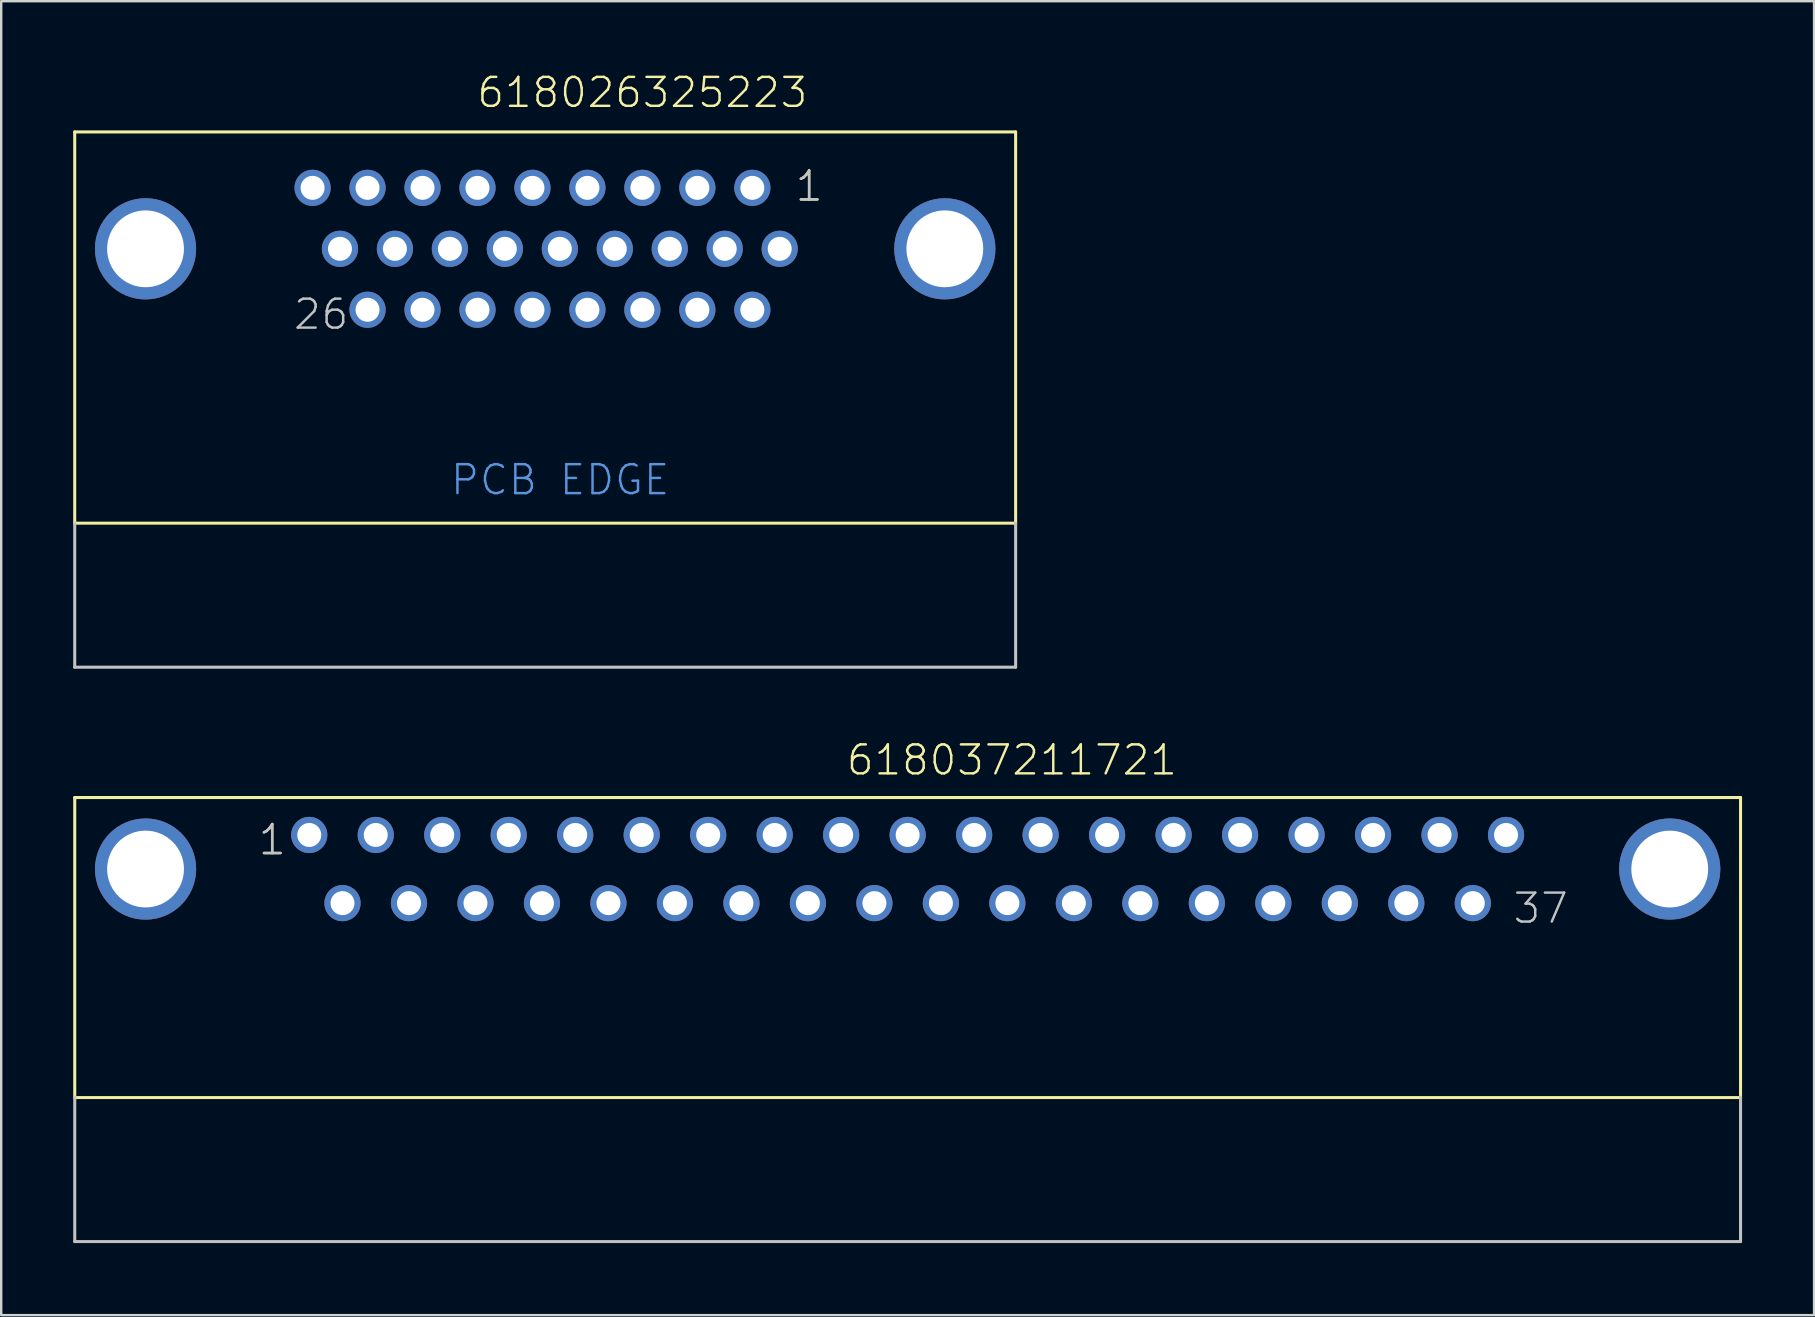
<source format=kicad_pcb>
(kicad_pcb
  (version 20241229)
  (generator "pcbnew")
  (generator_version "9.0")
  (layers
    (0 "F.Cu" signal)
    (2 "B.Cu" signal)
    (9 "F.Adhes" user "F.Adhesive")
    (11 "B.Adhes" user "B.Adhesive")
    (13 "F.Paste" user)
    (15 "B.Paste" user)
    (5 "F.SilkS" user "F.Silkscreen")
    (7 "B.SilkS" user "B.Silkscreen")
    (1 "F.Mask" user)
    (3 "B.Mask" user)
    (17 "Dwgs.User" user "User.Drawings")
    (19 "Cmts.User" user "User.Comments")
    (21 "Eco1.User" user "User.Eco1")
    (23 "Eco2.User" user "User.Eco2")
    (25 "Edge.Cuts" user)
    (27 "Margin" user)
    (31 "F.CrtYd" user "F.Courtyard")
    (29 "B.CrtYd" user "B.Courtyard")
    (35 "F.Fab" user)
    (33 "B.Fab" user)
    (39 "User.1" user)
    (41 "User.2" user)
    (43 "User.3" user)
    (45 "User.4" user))
  (footprint "618037211721"
    (layer "F.Cu")
    (at 34.764 33.156)
    (property "Reference" "618037211721" (at -2.615 -3.835 0) (layer "F.SilkS") (effects (font (size 1.206 1.206) (thickness 0.102)) (justify left bottom)))
    (attr through_hole)
    (fp_line (start -34.7 -2.98) (end 34.7 -2.98) (stroke (width 0.127) (type solid)) (layer "F.SilkS"))
    (fp_line (start -34.7 9.52) (end -34.7 -2.98) (stroke (width 0.127) (type solid)) (layer "F.SilkS"))
    (fp_line (start 34.7 -2.98) (end 34.7 9.52) (stroke (width 0.127) (type solid)) (layer "F.SilkS"))
    (fp_line (start 34.7 9.52) (end -34.7 9.52) (stroke (width 0.127) (type solid)) (layer "F.SilkS"))
    (fp_line (start -34.7 15.52) (end -34.7 9.5) (stroke (width 0.127) (type solid)) (layer "Dwgs.User"))
    (fp_line (start 34.7 9.5) (end 34.7 15.52) (stroke (width 0.127) (type solid)) (layer "Dwgs.User"))
    (fp_line (start 34.7 15.52) (end -34.7 15.52) (stroke (width 0.127) (type solid)) (layer "Dwgs.User"))
    (fp_text user "1" (at -27.115 -0.515 0) (layer "F.SilkS") (effects (font (size 1.206 1.206) (thickness 0.102)) (justify left bottom)))
    (fp_text user "1" (at -27.115 -0.515 0) (layer "Dwgs.User") (effects (font (size 1.206 1.206) (thickness 0.102)) (justify left bottom)))
    (fp_text user "37" (at 25.16 2.34 0) (layer "Dwgs.User") (effects (font (size 1.206 1.206) (thickness 0.102)) (justify left bottom)))
    (pad "1" thru_hole circle (at -24.93 -1.42) (size 1.508 1.508) (drill 1) (layers "*.Cu" "*.Mask"))
    (pad "2" thru_hole circle (at -22.16 -1.42) (size 1.508 1.508) (drill 1) (layers "*.Cu" "*.Mask"))
    (pad "3" thru_hole circle (at -19.39 -1.42) (size 1.508 1.508) (drill 1) (layers "*.Cu" "*.Mask"))
    (pad "4" thru_hole circle (at -16.62 -1.42) (size 1.508 1.508) (drill 1) (layers "*.Cu" "*.Mask"))
    (pad "5" thru_hole circle (at -13.85 -1.42) (size 1.508 1.508) (drill 1) (layers "*.Cu" "*.Mask"))
    (pad "6" thru_hole circle (at -11.08 -1.42) (size 1.508 1.508) (drill 1) (layers "*.Cu" "*.Mask"))
    (pad "7" thru_hole circle (at -8.31 -1.42) (size 1.508 1.508) (drill 1) (layers "*.Cu" "*.Mask"))
    (pad "8" thru_hole circle (at -5.54 -1.42) (size 1.508 1.508) (drill 1) (layers "*.Cu" "*.Mask"))
    (pad "9" thru_hole circle (at -2.77 -1.42) (size 1.508 1.508) (drill 1) (layers "*.Cu" "*.Mask"))
    (pad "10" thru_hole circle (at 0 -1.42) (size 1.508 1.508) (drill 1) (layers "*.Cu" "*.Mask"))
    (pad "11" thru_hole circle (at 2.77 -1.42) (size 1.508 1.508) (drill 1) (layers "*.Cu" "*.Mask"))
    (pad "12" thru_hole circle (at 5.54 -1.42) (size 1.508 1.508) (drill 1) (layers "*.Cu" "*.Mask"))
    (pad "13" thru_hole circle (at 8.31 -1.42) (size 1.508 1.508) (drill 1) (layers "*.Cu" "*.Mask"))
    (pad "14" thru_hole circle (at 11.08 -1.42) (size 1.508 1.508) (drill 1) (layers "*.Cu" "*.Mask"))
    (pad "15" thru_hole circle (at 13.85 -1.42) (size 1.508 1.508) (drill 1) (layers "*.Cu" "*.Mask"))
    (pad "16" thru_hole circle (at 16.62 -1.42) (size 1.508 1.508) (drill 1) (layers "*.Cu" "*.Mask"))
    (pad "17" thru_hole circle (at 19.39 -1.42) (size 1.508 1.508) (drill 1) (layers "*.Cu" "*.Mask"))
    (pad "18" thru_hole circle (at 22.16 -1.42) (size 1.508 1.508) (drill 1) (layers "*.Cu" "*.Mask"))
    (pad "19" thru_hole circle (at 24.93 -1.42) (size 1.508 1.508) (drill 1) (layers "*.Cu" "*.Mask"))
    (pad "20" thru_hole circle (at -23.545 1.42) (size 1.508 1.508) (drill 1) (layers "*.Cu" "*.Mask"))
    (pad "21" thru_hole circle (at -20.775 1.42) (size 1.508 1.508) (drill 1) (layers "*.Cu" "*.Mask"))
    (pad "22" thru_hole circle (at -18.005 1.42) (size 1.508 1.508) (drill 1) (layers "*.Cu" "*.Mask"))
    (pad "23" thru_hole circle (at -15.235 1.42) (size 1.508 1.508) (drill 1) (layers "*.Cu" "*.Mask"))
    (pad "24" thru_hole circle (at -12.465 1.42) (size 1.508 1.508) (drill 1) (layers "*.Cu" "*.Mask"))
    (pad "25" thru_hole circle (at -9.695 1.42) (size 1.508 1.508) (drill 1) (layers "*.Cu" "*.Mask"))
    (pad "26" thru_hole circle (at -6.925 1.42) (size 1.508 1.508) (drill 1) (layers "*.Cu" "*.Mask"))
    (pad "27" thru_hole circle (at -4.155 1.42) (size 1.508 1.508) (drill 1) (layers "*.Cu" "*.Mask"))
    (pad "28" thru_hole circle (at -1.385 1.42) (size 1.508 1.508) (drill 1) (layers "*.Cu" "*.Mask"))
    (pad "29" thru_hole circle (at 1.385 1.42) (size 1.508 1.508) (drill 1) (layers "*.Cu" "*.Mask"))
    (pad "30" thru_hole circle (at 4.155 1.42) (size 1.508 1.508) (drill 1) (layers "*.Cu" "*.Mask"))
    (pad "31" thru_hole circle (at 6.925 1.42) (size 1.508 1.508) (drill 1) (layers "*.Cu" "*.Mask"))
    (pad "32" thru_hole circle (at 9.695 1.42) (size 1.508 1.508) (drill 1) (layers "*.Cu" "*.Mask"))
    (pad "33" thru_hole circle (at 12.465 1.42) (size 1.508 1.508) (drill 1) (layers "*.Cu" "*.Mask"))
    (pad "34" thru_hole circle (at 15.235 1.42) (size 1.508 1.508) (drill 1) (layers "*.Cu" "*.Mask"))
    (pad "35" thru_hole circle (at 18.005 1.42) (size 1.508 1.508) (drill 1) (layers "*.Cu" "*.Mask"))
    (pad "36" thru_hole circle (at 20.775 1.42) (size 1.508 1.508) (drill 1) (layers "*.Cu" "*.Mask"))
    (pad "37" thru_hole circle (at 23.545 1.42) (size 1.508 1.508) (drill 1) (layers "*.Cu" "*.Mask"))
    (pad "SHEL" thru_hole circle (at -31.75 0) (size 4.216 4.216) (drill 3.2) (layers "*.Cu" "*.Mask"))
    (pad "SHEL" thru_hole circle (at 31.75 0) (size 4.216 4.216) (drill 3.2) (layers "*.Cu" "*.Mask")))
  (footprint "618026325223"
    (layer "F.Cu")
    (at 19.663 7.316)
    (property "Reference" "618026325223" (at -2.91 -5.805 0) (layer "F.SilkS") (effects (font (size 1.206 1.206) (thickness 0.102)) (justify left bottom)))
    (attr through_hole)
    (fp_line (start -19.6 -4.87) (end 19.6 -4.87) (stroke (width 0.127) (type solid)) (layer "F.SilkS"))
    (fp_line (start -19.6 11.43) (end -19.6 -4.87) (stroke (width 0.127) (type solid)) (layer "F.SilkS"))
    (fp_line (start 19.6 -4.87) (end 19.6 11.43) (stroke (width 0.127) (type solid)) (layer "F.SilkS"))
    (fp_line (start 19.6 11.43) (end -19.6 11.43) (stroke (width 0.127) (type solid)) (layer "F.SilkS"))
    (fp_line (start -19.6 17.43) (end -19.6 11.43) (stroke (width 0.127) (type solid)) (layer "Dwgs.User"))
    (fp_line (start 19.6 11.43) (end 19.6 17.43) (stroke (width 0.127) (type solid)) (layer "Dwgs.User"))
    (fp_line (start 19.6 17.43) (end -19.6 17.43) (stroke (width 0.127) (type solid)) (layer "Dwgs.User"))
    (fp_text user "1" (at 10.355 -1.905 0) (layer "F.SilkS") (effects (font (size 1.206 1.206) (thickness 0.102)) (justify left bottom)))
    (fp_text user "26" (at -10.55 3.435 0) (layer "Dwgs.User") (effects (font (size 1.206 1.206) (thickness 0.102)) (justify left bottom)))
    (fp_text user "1" (at 10.355 -1.905 0) (layer "Dwgs.User") (effects (font (size 1.206 1.206) (thickness 0.102)) (justify left bottom)))
    (fp_text user "PCB EDGE" (at -4.01 10.33 0) (layer "Cmts.User") (effects (font (size 1.206 1.206) (thickness 0.102)) (justify left bottom)))
    (pad "1" thru_hole circle (at 8.63 -2.54) (size 1.508 1.508) (drill 1) (layers "*.Cu" "*.Mask"))
    (pad "2" thru_hole circle (at 6.34 -2.54) (size 1.508 1.508) (drill 1) (layers "*.Cu" "*.Mask"))
    (pad "3" thru_hole circle (at 4.05 -2.54) (size 1.508 1.508) (drill 1) (layers "*.Cu" "*.Mask"))
    (pad "4" thru_hole circle (at 1.76 -2.54) (size 1.508 1.508) (drill 1) (layers "*.Cu" "*.Mask"))
    (pad "5" thru_hole circle (at -0.53 -2.54) (size 1.508 1.508) (drill 1) (layers "*.Cu" "*.Mask"))
    (pad "6" thru_hole circle (at -2.82 -2.54) (size 1.508 1.508) (drill 1) (layers "*.Cu" "*.Mask"))
    (pad "7" thru_hole circle (at -5.11 -2.54) (size 1.508 1.508) (drill 1) (layers "*.Cu" "*.Mask"))
    (pad "8" thru_hole circle (at -7.4 -2.54) (size 1.508 1.508) (drill 1) (layers "*.Cu" "*.Mask"))
    (pad "9" thru_hole circle (at -9.69 -2.54) (size 1.508 1.508) (drill 1) (layers "*.Cu" "*.Mask"))
    (pad "10" thru_hole circle (at 9.77 0) (size 1.508 1.508) (drill 1) (layers "*.Cu" "*.Mask"))
    (pad "11" thru_hole circle (at 7.48 0) (size 1.508 1.508) (drill 1) (layers "*.Cu" "*.Mask"))
    (pad "12" thru_hole circle (at 5.19 0) (size 1.508 1.508) (drill 1) (layers "*.Cu" "*.Mask"))
    (pad "13" thru_hole circle (at 2.9 0) (size 1.508 1.508) (drill 1) (layers "*.Cu" "*.Mask"))
    (pad "14" thru_hole circle (at 0.61 0) (size 1.508 1.508) (drill 1) (layers "*.Cu" "*.Mask"))
    (pad "15" thru_hole circle (at -1.68 0) (size 1.508 1.508) (drill 1) (layers "*.Cu" "*.Mask"))
    (pad "16" thru_hole circle (at -3.97 0) (size 1.508 1.508) (drill 1) (layers "*.Cu" "*.Mask"))
    (pad "17" thru_hole circle (at -6.26 0) (size 1.508 1.508) (drill 1) (layers "*.Cu" "*.Mask"))
    (pad "18" thru_hole circle (at -8.55 0) (size 1.508 1.508) (drill 1) (layers "*.Cu" "*.Mask"))
    (pad "19" thru_hole circle (at 8.63 2.54) (size 1.508 1.508) (drill 1) (layers "*.Cu" "*.Mask"))
    (pad "20" thru_hole circle (at 6.34 2.54) (size 1.508 1.508) (drill 1) (layers "*.Cu" "*.Mask"))
    (pad "21" thru_hole circle (at 4.05 2.54) (size 1.508 1.508) (drill 1) (layers "*.Cu" "*.Mask"))
    (pad "22" thru_hole circle (at 1.76 2.54) (size 1.508 1.508) (drill 1) (layers "*.Cu" "*.Mask"))
    (pad "23" thru_hole circle (at -0.53 2.54) (size 1.508 1.508) (drill 1) (layers "*.Cu" "*.Mask"))
    (pad "24" thru_hole circle (at -2.82 2.54) (size 1.508 1.508) (drill 1) (layers "*.Cu" "*.Mask"))
    (pad "25" thru_hole circle (at -5.11 2.54) (size 1.508 1.508) (drill 1) (layers "*.Cu" "*.Mask"))
    (pad "26" thru_hole circle (at -7.4 2.54) (size 1.508 1.508) (drill 1) (layers "*.Cu" "*.Mask"))
    (pad "SHEL" thru_hole circle (at -16.65 0) (size 4.216 4.216) (drill 3.2) (layers "*.Cu" "*.Mask"))
    (pad "SHEL" thru_hole circle (at 16.65 0) (size 4.216 4.216) (drill 3.2) (layers "*.Cu" "*.Mask")))
  (gr_rect
    (start -3 -3)
    (end 72.527 51.74)
    (stroke (width 0.1) (type default))
    (fill no)
    (layer "Edge.Cuts")))
</source>
